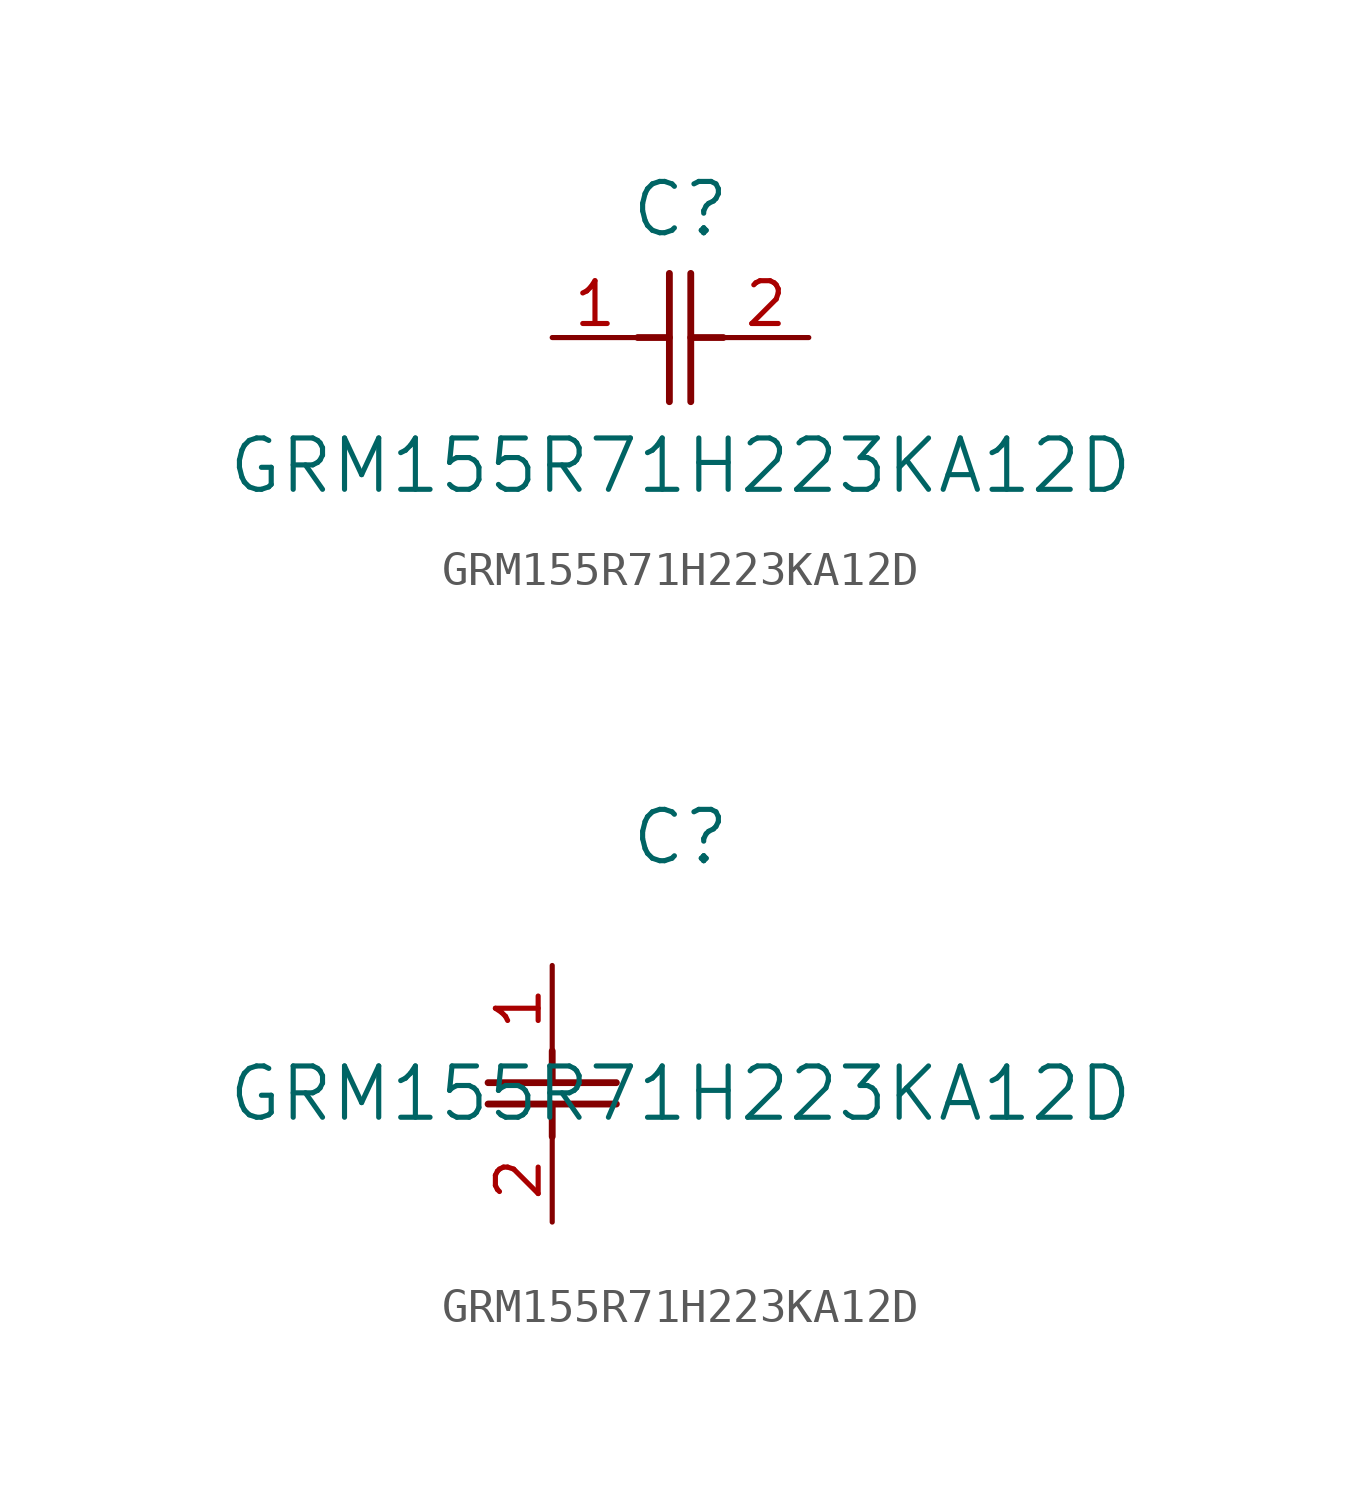
<source format=kicad_sym>
(kicad_symbol_lib
  (version 20211014)
  (generator kicad_symbol_editor)
  (symbol "GRM155R71H223KA12D"
    (pin_names
      (offset 0.254))
    (property "Reference" "C"
      (at 3.81 3.81 0)
      (effects (font (size 1.524 1.524))))
    (property "Value" "GRM155R71H223KA12D"
      (at 3.81 -3.81 0)
      (effects (font (size 1.524 1.524))))
    (symbol "GRM155R71H223KA12D_1_1"
      (polyline (pts (xy 3.48 -1.905) (xy 3.48 1.905)) (stroke (width 0.203) (type default) (color 0 0 0 0)) (fill (type none)))
      (polyline (pts (xy 4.115 -1.905) (xy 4.115 1.905)) (stroke (width 0.203) (type default) (color 0 0 0 0)) (fill (type none)))
      (polyline (pts (xy 4.115 0) (xy 5.08 0)) (stroke (width 0.203) (type default) (color 0 0 0 0)) (fill (type none)))
      (polyline (pts (xy 2.54 0) (xy 3.48 0)) (stroke (width 0.203) (type default) (color 0 0 0 0)) (fill (type none)))
      (pin unspecified line (at 0 0 0) (length 2.54) (name "" (effects (font (size 1.27 1.27)))) (number "1" (effects (font (size 1.27 1.27)))))
      (pin unspecified line (at 7.62 0 180) (length 2.54) (name "" (effects (font (size 1.27 1.27)))) (number "2" (effects (font (size 1.27 1.27))))))
    (symbol "GRM155R71H223KA12D_1_2"
      (polyline (pts (xy -1.905 -3.48) (xy 1.905 -3.48)) (stroke (width 0.203) (type default) (color 0 0 0 0)) (fill (type none)))
      (polyline (pts (xy -1.905 -4.115) (xy 1.905 -4.115)) (stroke (width 0.203) (type default) (color 0 0 0 0)) (fill (type none)))
      (polyline (pts (xy 0 -4.115) (xy 0 -5.08)) (stroke (width 0.203) (type default) (color 0 0 0 0)) (fill (type none)))
      (polyline (pts (xy 0 -2.54) (xy 0 -3.48)) (stroke (width 0.203) (type default) (color 0 0 0 0)) (fill (type none)))
      (pin unspecified line (at 0 0 270) (length 2.54) (name "" (effects (font (size 1.27 1.27)))) (number "1" (effects (font (size 1.27 1.27)))))
      (pin unspecified line (at 0 -7.62 90) (length 2.54) (name "" (effects (font (size 1.27 1.27)))) (number "2" (effects (font (size 1.27 1.27))))))))
</source>
